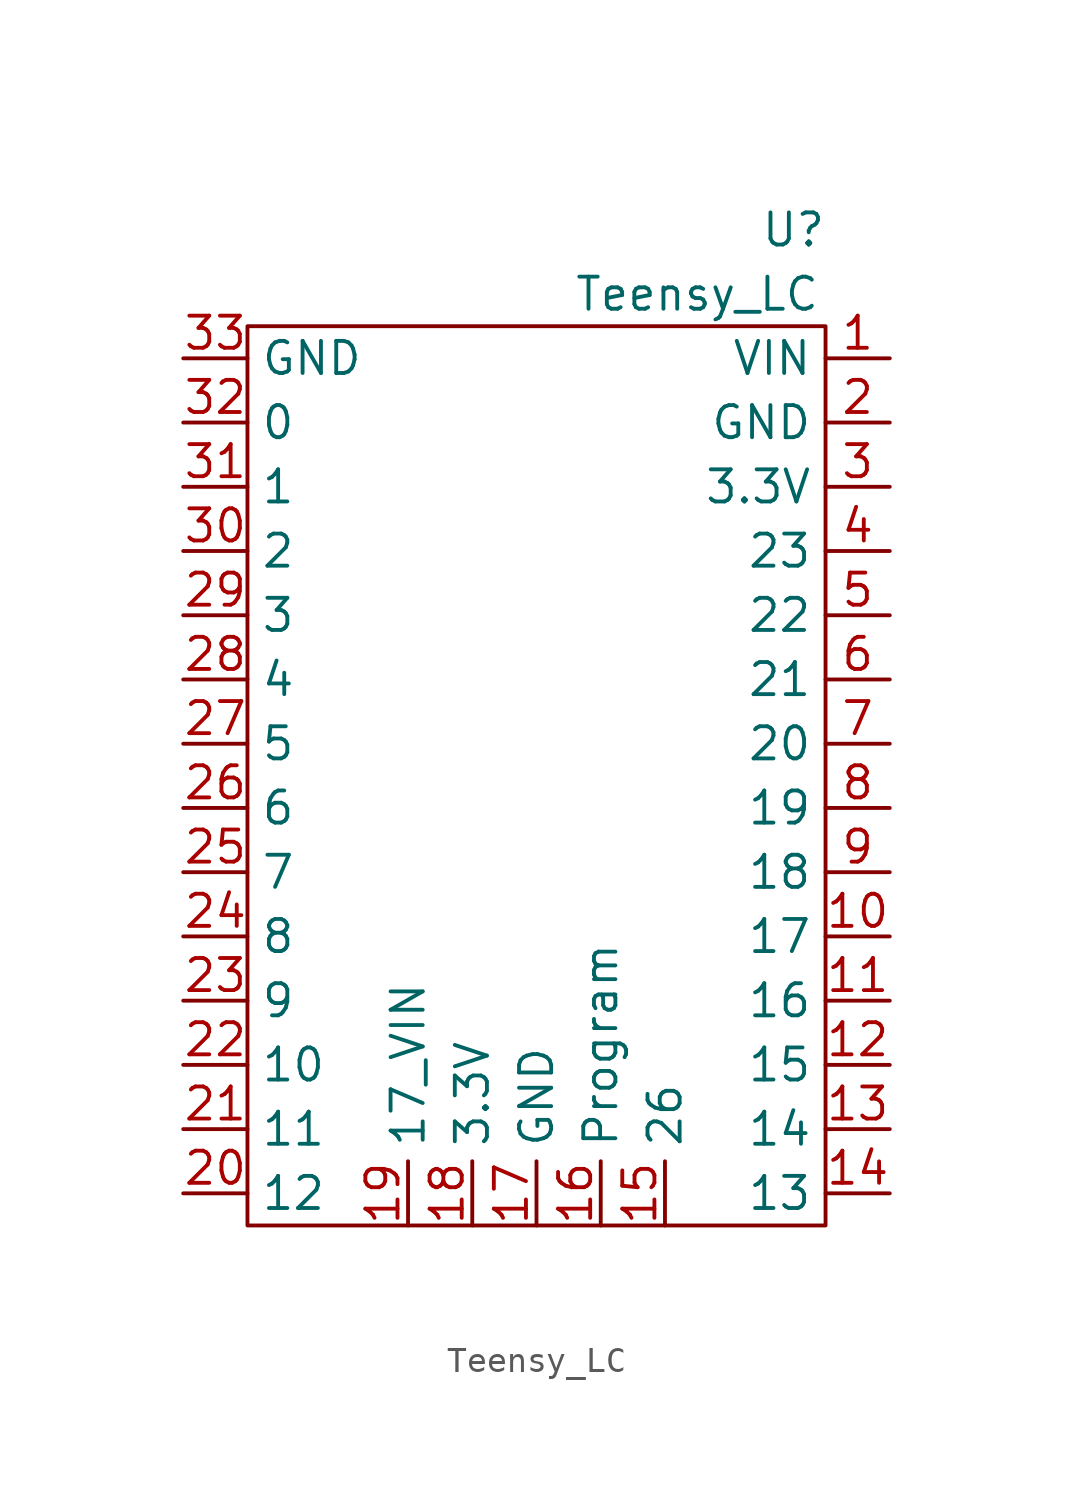
<source format=kicad_sym>
(kicad_symbol_lib
  (version 20211014)
  (generator kicad_symbol_editor)
  (symbol "Teensy_LC"
    (property "Reference" "U"
      (at 3.81 3.81 0)
      (effects (font (size 1.27 1.27))))
    (property "Value" "Teensy_LC"
      (at 0 1.27 0)
      (effects (font (size 1.27 1.27))))
    (symbol "Teensy_LC_0_1"
      (rectangle (start -17.78 0) (end 5.08 -35.56) (stroke (width 0) (type default) (color 0 0 0 0)) (fill (type none))))
    (symbol "Teensy_LC_1_1"
      (pin bidirectional line (at 7.62 -1.27 180) (length 2.54) (name "VIN" (effects (font (size 1.27 1.27)))) (number "1" (effects (font (size 1.27 1.27)))))
      (pin bidirectional line (at 7.62 -24.13 180) (length 2.54) (name "17" (effects (font (size 1.27 1.27)))) (number "10" (effects (font (size 1.27 1.27)))))
      (pin bidirectional line (at 7.62 -26.67 180) (length 2.54) (name "16" (effects (font (size 1.27 1.27)))) (number "11" (effects (font (size 1.27 1.27)))))
      (pin bidirectional line (at 7.62 -29.21 180) (length 2.54) (name "15" (effects (font (size 1.27 1.27)))) (number "12" (effects (font (size 1.27 1.27)))))
      (pin bidirectional line (at 7.62 -31.75 180) (length 2.54) (name "14" (effects (font (size 1.27 1.27)))) (number "13" (effects (font (size 1.27 1.27)))))
      (pin bidirectional line (at 7.62 -34.29 180) (length 2.54) (name "13" (effects (font (size 1.27 1.27)))) (number "14" (effects (font (size 1.27 1.27)))))
      (pin bidirectional line (at -1.27 -35.56 90) (length 2.54) (name "26" (effects (font (size 1.27 1.27)))) (number "15" (effects (font (size 1.27 1.27)))))
      (pin bidirectional line (at -3.81 -35.56 90) (length 2.54) (name "Program" (effects (font (size 1.27 1.27)))) (number "16" (effects (font (size 1.27 1.27)))))
      (pin bidirectional line (at -6.35 -35.56 90) (length 2.54) (name "GND" (effects (font (size 1.27 1.27)))) (number "17" (effects (font (size 1.27 1.27)))))
      (pin bidirectional line (at -8.89 -35.56 90) (length 2.54) (name "3.3V" (effects (font (size 1.27 1.27)))) (number "18" (effects (font (size 1.27 1.27)))))
      (pin bidirectional line (at -11.43 -35.56 90) (length 2.54) (name "17_VIN" (effects (font (size 1.27 1.27)))) (number "19" (effects (font (size 1.27 1.27)))))
      (pin bidirectional line (at 7.62 -3.81 180) (length 2.54) (name "GND" (effects (font (size 1.27 1.27)))) (number "2" (effects (font (size 1.27 1.27)))))
      (pin bidirectional line (at -20.32 -34.29 0) (length 2.54) (name "12" (effects (font (size 1.27 1.27)))) (number "20" (effects (font (size 1.27 1.27)))))
      (pin bidirectional line (at -20.32 -31.75 0) (length 2.54) (name "11" (effects (font (size 1.27 1.27)))) (number "21" (effects (font (size 1.27 1.27)))))
      (pin bidirectional line (at -20.32 -29.21 0) (length 2.54) (name "10" (effects (font (size 1.27 1.27)))) (number "22" (effects (font (size 1.27 1.27)))))
      (pin bidirectional line (at -20.32 -26.67 0) (length 2.54) (name "9" (effects (font (size 1.27 1.27)))) (number "23" (effects (font (size 1.27 1.27)))))
      (pin bidirectional line (at -20.32 -24.13 0) (length 2.54) (name "8" (effects (font (size 1.27 1.27)))) (number "24" (effects (font (size 1.27 1.27)))))
      (pin bidirectional line (at -20.32 -21.59 0) (length 2.54) (name "7" (effects (font (size 1.27 1.27)))) (number "25" (effects (font (size 1.27 1.27)))))
      (pin bidirectional line (at -20.32 -19.05 0) (length 2.54) (name "6" (effects (font (size 1.27 1.27)))) (number "26" (effects (font (size 1.27 1.27)))))
      (pin bidirectional line (at -20.32 -16.51 0) (length 2.54) (name "5" (effects (font (size 1.27 1.27)))) (number "27" (effects (font (size 1.27 1.27)))))
      (pin bidirectional line (at -20.32 -13.97 0) (length 2.54) (name "4" (effects (font (size 1.27 1.27)))) (number "28" (effects (font (size 1.27 1.27)))))
      (pin bidirectional line (at -20.32 -11.43 0) (length 2.54) (name "3" (effects (font (size 1.27 1.27)))) (number "29" (effects (font (size 1.27 1.27)))))
      (pin bidirectional line (at 7.62 -6.35 180) (length 2.54) (name "3.3V" (effects (font (size 1.27 1.27)))) (number "3" (effects (font (size 1.27 1.27)))))
      (pin bidirectional line (at -20.32 -8.89 0) (length 2.54) (name "2" (effects (font (size 1.27 1.27)))) (number "30" (effects (font (size 1.27 1.27)))))
      (pin bidirectional line (at -20.32 -6.35 0) (length 2.54) (name "1" (effects (font (size 1.27 1.27)))) (number "31" (effects (font (size 1.27 1.27)))))
      (pin bidirectional line (at -20.32 -3.81 0) (length 2.54) (name "0" (effects (font (size 1.27 1.27)))) (number "32" (effects (font (size 1.27 1.27)))))
      (pin bidirectional line (at -20.32 -1.27 0) (length 2.54) (name "GND" (effects (font (size 1.27 1.27)))) (number "33" (effects (font (size 1.27 1.27)))))
      (pin bidirectional line (at 7.62 -8.89 180) (length 2.54) (name "23" (effects (font (size 1.27 1.27)))) (number "4" (effects (font (size 1.27 1.27)))))
      (pin bidirectional line (at 7.62 -11.43 180) (length 2.54) (name "22" (effects (font (size 1.27 1.27)))) (number "5" (effects (font (size 1.27 1.27)))))
      (pin bidirectional line (at 7.62 -13.97 180) (length 2.54) (name "21" (effects (font (size 1.27 1.27)))) (number "6" (effects (font (size 1.27 1.27)))))
      (pin bidirectional line (at 7.62 -16.51 180) (length 2.54) (name "20" (effects (font (size 1.27 1.27)))) (number "7" (effects (font (size 1.27 1.27)))))
      (pin bidirectional line (at 7.62 -19.05 180) (length 2.54) (name "19" (effects (font (size 1.27 1.27)))) (number "8" (effects (font (size 1.27 1.27)))))
      (pin bidirectional line (at 7.62 -21.59 180) (length 2.54) (name "18" (effects (font (size 1.27 1.27)))) (number "9" (effects (font (size 1.27 1.27))))))))
</source>
